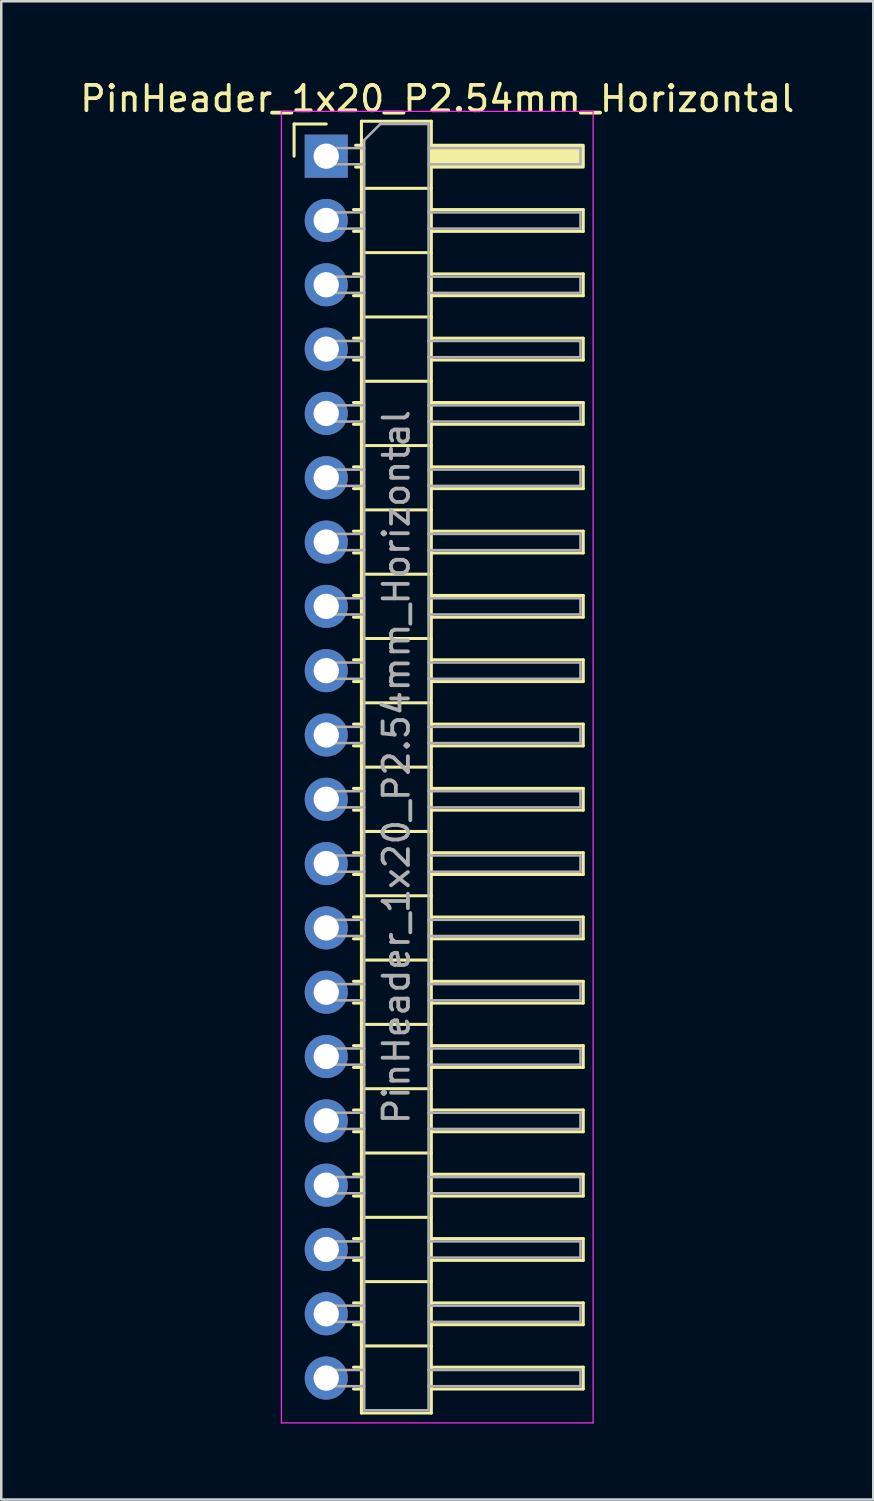
<source format=kicad_pcb>
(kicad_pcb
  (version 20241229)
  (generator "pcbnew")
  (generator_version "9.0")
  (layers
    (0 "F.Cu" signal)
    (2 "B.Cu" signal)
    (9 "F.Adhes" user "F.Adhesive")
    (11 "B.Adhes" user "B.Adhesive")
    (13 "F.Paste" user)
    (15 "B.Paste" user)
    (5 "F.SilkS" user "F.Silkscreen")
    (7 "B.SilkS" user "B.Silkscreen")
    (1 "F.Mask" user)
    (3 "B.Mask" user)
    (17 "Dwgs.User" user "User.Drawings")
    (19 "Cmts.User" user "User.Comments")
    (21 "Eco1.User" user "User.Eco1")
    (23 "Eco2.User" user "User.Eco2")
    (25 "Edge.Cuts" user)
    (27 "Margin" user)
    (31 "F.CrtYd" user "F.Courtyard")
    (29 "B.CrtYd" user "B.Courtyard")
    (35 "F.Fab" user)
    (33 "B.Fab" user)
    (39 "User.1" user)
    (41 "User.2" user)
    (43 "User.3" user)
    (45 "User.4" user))
  (footprint "PinHeader_1x20_P2.54mm_Horizontal"
    (layer "F.Cu")
    (at 9.835 3.118)
    (property "Reference" "PinHeader_1x20_P2.54mm_Horizontal" (at 4.385 -2.27 0) (layer "F.SilkS") (effects (font (size 1 1) (thickness 0.15))))
    (attr through_hole)
    (fp_line (start -1.27 -1.27) (end 0 -1.27) (stroke (width 0.12) (type solid)) (layer "F.SilkS"))
    (fp_line (start -1.27 0) (end -1.27 -1.27) (stroke (width 0.12) (type solid)) (layer "F.SilkS"))
    (fp_line (start 1.077 2.11) (end 1.39 2.11) (stroke (width 0.12) (type solid)) (layer "F.SilkS"))
    (fp_line (start 1.077 2.97) (end 1.39 2.97) (stroke (width 0.12) (type solid)) (layer "F.SilkS"))
    (fp_line (start 1.077 4.65) (end 1.39 4.65) (stroke (width 0.12) (type solid)) (layer "F.SilkS"))
    (fp_line (start 1.077 5.51) (end 1.39 5.51) (stroke (width 0.12) (type solid)) (layer "F.SilkS"))
    (fp_line (start 1.077 7.19) (end 1.39 7.19) (stroke (width 0.12) (type solid)) (layer "F.SilkS"))
    (fp_line (start 1.077 8.05) (end 1.39 8.05) (stroke (width 0.12) (type solid)) (layer "F.SilkS"))
    (fp_line (start 1.077 9.73) (end 1.39 9.73) (stroke (width 0.12) (type solid)) (layer "F.SilkS"))
    (fp_line (start 1.077 10.59) (end 1.39 10.59) (stroke (width 0.12) (type solid)) (layer "F.SilkS"))
    (fp_line (start 1.077 12.27) (end 1.39 12.27) (stroke (width 0.12) (type solid)) (layer "F.SilkS"))
    (fp_line (start 1.077 13.13) (end 1.39 13.13) (stroke (width 0.12) (type solid)) (layer "F.SilkS"))
    (fp_line (start 1.077 14.81) (end 1.39 14.81) (stroke (width 0.12) (type solid)) (layer "F.SilkS"))
    (fp_line (start 1.077 15.67) (end 1.39 15.67) (stroke (width 0.12) (type solid)) (layer "F.SilkS"))
    (fp_line (start 1.077 17.35) (end 1.39 17.35) (stroke (width 0.12) (type solid)) (layer "F.SilkS"))
    (fp_line (start 1.077 18.21) (end 1.39 18.21) (stroke (width 0.12) (type solid)) (layer "F.SilkS"))
    (fp_line (start 1.077 19.89) (end 1.39 19.89) (stroke (width 0.12) (type solid)) (layer "F.SilkS"))
    (fp_line (start 1.077 20.75) (end 1.39 20.75) (stroke (width 0.12) (type solid)) (layer "F.SilkS"))
    (fp_line (start 1.077 22.43) (end 1.39 22.43) (stroke (width 0.12) (type solid)) (layer "F.SilkS"))
    (fp_line (start 1.077 23.29) (end 1.39 23.29) (stroke (width 0.12) (type solid)) (layer "F.SilkS"))
    (fp_line (start 1.077 24.97) (end 1.39 24.97) (stroke (width 0.12) (type solid)) (layer "F.SilkS"))
    (fp_line (start 1.077 25.83) (end 1.39 25.83) (stroke (width 0.12) (type solid)) (layer "F.SilkS"))
    (fp_line (start 1.077 27.51) (end 1.39 27.51) (stroke (width 0.12) (type solid)) (layer "F.SilkS"))
    (fp_line (start 1.077 28.37) (end 1.39 28.37) (stroke (width 0.12) (type solid)) (layer "F.SilkS"))
    (fp_line (start 1.077 30.05) (end 1.39 30.05) (stroke (width 0.12) (type solid)) (layer "F.SilkS"))
    (fp_line (start 1.077 30.91) (end 1.39 30.91) (stroke (width 0.12) (type solid)) (layer "F.SilkS"))
    (fp_line (start 1.077 32.59) (end 1.39 32.59) (stroke (width 0.12) (type solid)) (layer "F.SilkS"))
    (fp_line (start 1.077 33.45) (end 1.39 33.45) (stroke (width 0.12) (type solid)) (layer "F.SilkS"))
    (fp_line (start 1.077 35.13) (end 1.39 35.13) (stroke (width 0.12) (type solid)) (layer "F.SilkS"))
    (fp_line (start 1.077 35.99) (end 1.39 35.99) (stroke (width 0.12) (type solid)) (layer "F.SilkS"))
    (fp_line (start 1.077 37.67) (end 1.39 37.67) (stroke (width 0.12) (type solid)) (layer "F.SilkS"))
    (fp_line (start 1.077 38.53) (end 1.39 38.53) (stroke (width 0.12) (type solid)) (layer "F.SilkS"))
    (fp_line (start 1.077 40.21) (end 1.39 40.21) (stroke (width 0.12) (type solid)) (layer "F.SilkS"))
    (fp_line (start 1.077 41.07) (end 1.39 41.07) (stroke (width 0.12) (type solid)) (layer "F.SilkS"))
    (fp_line (start 1.077 42.75) (end 1.39 42.75) (stroke (width 0.12) (type solid)) (layer "F.SilkS"))
    (fp_line (start 1.077 43.61) (end 1.39 43.61) (stroke (width 0.12) (type solid)) (layer "F.SilkS"))
    (fp_line (start 1.077 45.29) (end 1.39 45.29) (stroke (width 0.12) (type solid)) (layer "F.SilkS"))
    (fp_line (start 1.077 46.15) (end 1.39 46.15) (stroke (width 0.12) (type solid)) (layer "F.SilkS"))
    (fp_line (start 1.077 47.83) (end 1.39 47.83) (stroke (width 0.12) (type solid)) (layer "F.SilkS"))
    (fp_line (start 1.077 48.69) (end 1.39 48.69) (stroke (width 0.12) (type solid)) (layer "F.SilkS"))
    (fp_line (start 1.16 -0.43) (end 1.39 -0.43) (stroke (width 0.12) (type solid)) (layer "F.SilkS"))
    (fp_line (start 1.16 0.43) (end 1.39 0.43) (stroke (width 0.12) (type solid)) (layer "F.SilkS"))
    (fp_line (start 1.39 -1.38) (end 1.39 49.64) (stroke (width 0.12) (type solid)) (layer "F.SilkS"))
    (fp_line (start 1.39 1.27) (end 4.15 1.27) (stroke (width 0.12) (type solid)) (layer "F.SilkS"))
    (fp_line (start 1.39 3.81) (end 4.15 3.81) (stroke (width 0.12) (type solid)) (layer "F.SilkS"))
    (fp_line (start 1.39 6.35) (end 4.15 6.35) (stroke (width 0.12) (type solid)) (layer "F.SilkS"))
    (fp_line (start 1.39 8.89) (end 4.15 8.89) (stroke (width 0.12) (type solid)) (layer "F.SilkS"))
    (fp_line (start 1.39 11.43) (end 4.15 11.43) (stroke (width 0.12) (type solid)) (layer "F.SilkS"))
    (fp_line (start 1.39 13.97) (end 4.15 13.97) (stroke (width 0.12) (type solid)) (layer "F.SilkS"))
    (fp_line (start 1.39 16.51) (end 4.15 16.51) (stroke (width 0.12) (type solid)) (layer "F.SilkS"))
    (fp_line (start 1.39 19.05) (end 4.15 19.05) (stroke (width 0.12) (type solid)) (layer "F.SilkS"))
    (fp_line (start 1.39 21.59) (end 4.15 21.59) (stroke (width 0.12) (type solid)) (layer "F.SilkS"))
    (fp_line (start 1.39 24.13) (end 4.15 24.13) (stroke (width 0.12) (type solid)) (layer "F.SilkS"))
    (fp_line (start 1.39 26.67) (end 4.15 26.67) (stroke (width 0.12) (type solid)) (layer "F.SilkS"))
    (fp_line (start 1.39 29.21) (end 4.15 29.21) (stroke (width 0.12) (type solid)) (layer "F.SilkS"))
    (fp_line (start 1.39 31.75) (end 4.15 31.75) (stroke (width 0.12) (type solid)) (layer "F.SilkS"))
    (fp_line (start 1.39 34.29) (end 4.15 34.29) (stroke (width 0.12) (type solid)) (layer "F.SilkS"))
    (fp_line (start 1.39 36.83) (end 4.15 36.83) (stroke (width 0.12) (type solid)) (layer "F.SilkS"))
    (fp_line (start 1.39 39.37) (end 4.15 39.37) (stroke (width 0.12) (type solid)) (layer "F.SilkS"))
    (fp_line (start 1.39 41.91) (end 4.15 41.91) (stroke (width 0.12) (type solid)) (layer "F.SilkS"))
    (fp_line (start 1.39 44.45) (end 4.15 44.45) (stroke (width 0.12) (type solid)) (layer "F.SilkS"))
    (fp_line (start 1.39 46.99) (end 4.15 46.99) (stroke (width 0.12) (type solid)) (layer "F.SilkS"))
    (fp_line (start 1.39 49.64) (end 4.15 49.64) (stroke (width 0.12) (type solid)) (layer "F.SilkS"))
    (fp_line (start 4.15 -1.38) (end 1.39 -1.38) (stroke (width 0.12) (type solid)) (layer "F.SilkS"))
    (fp_line (start 4.15 2.11) (end 10.15 2.11) (stroke (width 0.12) (type solid)) (layer "F.SilkS"))
    (fp_line (start 4.15 4.65) (end 10.15 4.65) (stroke (width 0.12) (type solid)) (layer "F.SilkS"))
    (fp_line (start 4.15 7.19) (end 10.15 7.19) (stroke (width 0.12) (type solid)) (layer "F.SilkS"))
    (fp_line (start 4.15 9.73) (end 10.15 9.73) (stroke (width 0.12) (type solid)) (layer "F.SilkS"))
    (fp_line (start 4.15 12.27) (end 10.15 12.27) (stroke (width 0.12) (type solid)) (layer "F.SilkS"))
    (fp_line (start 4.15 14.81) (end 10.15 14.81) (stroke (width 0.12) (type solid)) (layer "F.SilkS"))
    (fp_line (start 4.15 17.35) (end 10.15 17.35) (stroke (width 0.12) (type solid)) (layer "F.SilkS"))
    (fp_line (start 4.15 19.89) (end 10.15 19.89) (stroke (width 0.12) (type solid)) (layer "F.SilkS"))
    (fp_line (start 4.15 22.43) (end 10.15 22.43) (stroke (width 0.12) (type solid)) (layer "F.SilkS"))
    (fp_line (start 4.15 24.97) (end 10.15 24.97) (stroke (width 0.12) (type solid)) (layer "F.SilkS"))
    (fp_line (start 4.15 27.51) (end 10.15 27.51) (stroke (width 0.12) (type solid)) (layer "F.SilkS"))
    (fp_line (start 4.15 30.05) (end 10.15 30.05) (stroke (width 0.12) (type solid)) (layer "F.SilkS"))
    (fp_line (start 4.15 32.59) (end 10.15 32.59) (stroke (width 0.12) (type solid)) (layer "F.SilkS"))
    (fp_line (start 4.15 35.13) (end 10.15 35.13) (stroke (width 0.12) (type solid)) (layer "F.SilkS"))
    (fp_line (start 4.15 37.67) (end 10.15 37.67) (stroke (width 0.12) (type solid)) (layer "F.SilkS"))
    (fp_line (start 4.15 40.21) (end 10.15 40.21) (stroke (width 0.12) (type solid)) (layer "F.SilkS"))
    (fp_line (start 4.15 42.75) (end 10.15 42.75) (stroke (width 0.12) (type solid)) (layer "F.SilkS"))
    (fp_line (start 4.15 45.29) (end 10.15 45.29) (stroke (width 0.12) (type solid)) (layer "F.SilkS"))
    (fp_line (start 4.15 47.83) (end 10.15 47.83) (stroke (width 0.12) (type solid)) (layer "F.SilkS"))
    (fp_line (start 4.15 49.64) (end 4.15 -1.38) (stroke (width 0.12) (type solid)) (layer "F.SilkS"))
    (fp_line (start 10.15 2.11) (end 10.15 2.97) (stroke (width 0.12) (type solid)) (layer "F.SilkS"))
    (fp_line (start 10.15 2.97) (end 4.15 2.97) (stroke (width 0.12) (type solid)) (layer "F.SilkS"))
    (fp_line (start 10.15 4.65) (end 10.15 5.51) (stroke (width 0.12) (type solid)) (layer "F.SilkS"))
    (fp_line (start 10.15 5.51) (end 4.15 5.51) (stroke (width 0.12) (type solid)) (layer "F.SilkS"))
    (fp_line (start 10.15 7.19) (end 10.15 8.05) (stroke (width 0.12) (type solid)) (layer "F.SilkS"))
    (fp_line (start 10.15 8.05) (end 4.15 8.05) (stroke (width 0.12) (type solid)) (layer "F.SilkS"))
    (fp_line (start 10.15 9.73) (end 10.15 10.59) (stroke (width 0.12) (type solid)) (layer "F.SilkS"))
    (fp_line (start 10.15 10.59) (end 4.15 10.59) (stroke (width 0.12) (type solid)) (layer "F.SilkS"))
    (fp_line (start 10.15 12.27) (end 10.15 13.13) (stroke (width 0.12) (type solid)) (layer "F.SilkS"))
    (fp_line (start 10.15 13.13) (end 4.15 13.13) (stroke (width 0.12) (type solid)) (layer "F.SilkS"))
    (fp_line (start 10.15 14.81) (end 10.15 15.67) (stroke (width 0.12) (type solid)) (layer "F.SilkS"))
    (fp_line (start 10.15 15.67) (end 4.15 15.67) (stroke (width 0.12) (type solid)) (layer "F.SilkS"))
    (fp_line (start 10.15 17.35) (end 10.15 18.21) (stroke (width 0.12) (type solid)) (layer "F.SilkS"))
    (fp_line (start 10.15 18.21) (end 4.15 18.21) (stroke (width 0.12) (type solid)) (layer "F.SilkS"))
    (fp_line (start 10.15 19.89) (end 10.15 20.75) (stroke (width 0.12) (type solid)) (layer "F.SilkS"))
    (fp_line (start 10.15 20.75) (end 4.15 20.75) (stroke (width 0.12) (type solid)) (layer "F.SilkS"))
    (fp_line (start 10.15 22.43) (end 10.15 23.29) (stroke (width 0.12) (type solid)) (layer "F.SilkS"))
    (fp_line (start 10.15 23.29) (end 4.15 23.29) (stroke (width 0.12) (type solid)) (layer "F.SilkS"))
    (fp_line (start 10.15 24.97) (end 10.15 25.83) (stroke (width 0.12) (type solid)) (layer "F.SilkS"))
    (fp_line (start 10.15 25.83) (end 4.15 25.83) (stroke (width 0.12) (type solid)) (layer "F.SilkS"))
    (fp_line (start 10.15 27.51) (end 10.15 28.37) (stroke (width 0.12) (type solid)) (layer "F.SilkS"))
    (fp_line (start 10.15 28.37) (end 4.15 28.37) (stroke (width 0.12) (type solid)) (layer "F.SilkS"))
    (fp_line (start 10.15 30.05) (end 10.15 30.91) (stroke (width 0.12) (type solid)) (layer "F.SilkS"))
    (fp_line (start 10.15 30.91) (end 4.15 30.91) (stroke (width 0.12) (type solid)) (layer "F.SilkS"))
    (fp_line (start 10.15 32.59) (end 10.15 33.45) (stroke (width 0.12) (type solid)) (layer "F.SilkS"))
    (fp_line (start 10.15 33.45) (end 4.15 33.45) (stroke (width 0.12) (type solid)) (layer "F.SilkS"))
    (fp_line (start 10.15 35.13) (end 10.15 35.99) (stroke (width 0.12) (type solid)) (layer "F.SilkS"))
    (fp_line (start 10.15 35.99) (end 4.15 35.99) (stroke (width 0.12) (type solid)) (layer "F.SilkS"))
    (fp_line (start 10.15 37.67) (end 10.15 38.53) (stroke (width 0.12) (type solid)) (layer "F.SilkS"))
    (fp_line (start 10.15 38.53) (end 4.15 38.53) (stroke (width 0.12) (type solid)) (layer "F.SilkS"))
    (fp_line (start 10.15 40.21) (end 10.15 41.07) (stroke (width 0.12) (type solid)) (layer "F.SilkS"))
    (fp_line (start 10.15 41.07) (end 4.15 41.07) (stroke (width 0.12) (type solid)) (layer "F.SilkS"))
    (fp_line (start 10.15 42.75) (end 10.15 43.61) (stroke (width 0.12) (type solid)) (layer "F.SilkS"))
    (fp_line (start 10.15 43.61) (end 4.15 43.61) (stroke (width 0.12) (type solid)) (layer "F.SilkS"))
    (fp_line (start 10.15 45.29) (end 10.15 46.15) (stroke (width 0.12) (type solid)) (layer "F.SilkS"))
    (fp_line (start 10.15 46.15) (end 4.15 46.15) (stroke (width 0.12) (type solid)) (layer "F.SilkS"))
    (fp_line (start 10.15 47.83) (end 10.15 48.69) (stroke (width 0.12) (type solid)) (layer "F.SilkS"))
    (fp_line (start 10.15 48.69) (end 4.15 48.69) (stroke (width 0.12) (type solid)) (layer "F.SilkS"))
    (fp_rect (start 4.15 -0.43) (end 10.15 0.43) (stroke (width 0.12) (type solid)) (fill yes) (layer "F.SilkS"))
    (fp_line (start -1.77 -1.77) (end -1.77 50.03) (stroke (width 0.05) (type solid)) (layer "F.CrtYd"))
    (fp_line (start -1.77 50.03) (end 10.54 50.03) (stroke (width 0.05) (type solid)) (layer "F.CrtYd"))
    (fp_line (start 10.54 -1.77) (end -1.77 -1.77) (stroke (width 0.05) (type solid)) (layer "F.CrtYd"))
    (fp_line (start 10.54 50.03) (end 10.54 -1.77) (stroke (width 0.05) (type solid)) (layer "F.CrtYd"))
    (fp_line (start -0.32 -0.32) (end -0.32 0.32) (stroke (width 0.1) (type solid)) (layer "F.Fab"))
    (fp_line (start -0.32 -0.32) (end 1.5 -0.32) (stroke (width 0.1) (type solid)) (layer "F.Fab"))
    (fp_line (start -0.32 0.32) (end 1.5 0.32) (stroke (width 0.1) (type solid)) (layer "F.Fab"))
    (fp_line (start -0.32 2.22) (end -0.32 2.86) (stroke (width 0.1) (type solid)) (layer "F.Fab"))
    (fp_line (start -0.32 2.22) (end 1.5 2.22) (stroke (width 0.1) (type solid)) (layer "F.Fab"))
    (fp_line (start -0.32 2.86) (end 1.5 2.86) (stroke (width 0.1) (type solid)) (layer "F.Fab"))
    (fp_line (start -0.32 4.76) (end -0.32 5.4) (stroke (width 0.1) (type solid)) (layer "F.Fab"))
    (fp_line (start -0.32 4.76) (end 1.5 4.76) (stroke (width 0.1) (type solid)) (layer "F.Fab"))
    (fp_line (start -0.32 5.4) (end 1.5 5.4) (stroke (width 0.1) (type solid)) (layer "F.Fab"))
    (fp_line (start -0.32 7.3) (end -0.32 7.94) (stroke (width 0.1) (type solid)) (layer "F.Fab"))
    (fp_line (start -0.32 7.3) (end 1.5 7.3) (stroke (width 0.1) (type solid)) (layer "F.Fab"))
    (fp_line (start -0.32 7.94) (end 1.5 7.94) (stroke (width 0.1) (type solid)) (layer "F.Fab"))
    (fp_line (start -0.32 9.84) (end -0.32 10.48) (stroke (width 0.1) (type solid)) (layer "F.Fab"))
    (fp_line (start -0.32 9.84) (end 1.5 9.84) (stroke (width 0.1) (type solid)) (layer "F.Fab"))
    (fp_line (start -0.32 10.48) (end 1.5 10.48) (stroke (width 0.1) (type solid)) (layer "F.Fab"))
    (fp_line (start -0.32 12.38) (end -0.32 13.02) (stroke (width 0.1) (type solid)) (layer "F.Fab"))
    (fp_line (start -0.32 12.38) (end 1.5 12.38) (stroke (width 0.1) (type solid)) (layer "F.Fab"))
    (fp_line (start -0.32 13.02) (end 1.5 13.02) (stroke (width 0.1) (type solid)) (layer "F.Fab"))
    (fp_line (start -0.32 14.92) (end -0.32 15.56) (stroke (width 0.1) (type solid)) (layer "F.Fab"))
    (fp_line (start -0.32 14.92) (end 1.5 14.92) (stroke (width 0.1) (type solid)) (layer "F.Fab"))
    (fp_line (start -0.32 15.56) (end 1.5 15.56) (stroke (width 0.1) (type solid)) (layer "F.Fab"))
    (fp_line (start -0.32 17.46) (end -0.32 18.1) (stroke (width 0.1) (type solid)) (layer "F.Fab"))
    (fp_line (start -0.32 17.46) (end 1.5 17.46) (stroke (width 0.1) (type solid)) (layer "F.Fab"))
    (fp_line (start -0.32 18.1) (end 1.5 18.1) (stroke (width 0.1) (type solid)) (layer "F.Fab"))
    (fp_line (start -0.32 20) (end -0.32 20.64) (stroke (width 0.1) (type solid)) (layer "F.Fab"))
    (fp_line (start -0.32 20) (end 1.5 20) (stroke (width 0.1) (type solid)) (layer "F.Fab"))
    (fp_line (start -0.32 20.64) (end 1.5 20.64) (stroke (width 0.1) (type solid)) (layer "F.Fab"))
    (fp_line (start -0.32 22.54) (end -0.32 23.18) (stroke (width 0.1) (type solid)) (layer "F.Fab"))
    (fp_line (start -0.32 22.54) (end 1.5 22.54) (stroke (width 0.1) (type solid)) (layer "F.Fab"))
    (fp_line (start -0.32 23.18) (end 1.5 23.18) (stroke (width 0.1) (type solid)) (layer "F.Fab"))
    (fp_line (start -0.32 25.08) (end -0.32 25.72) (stroke (width 0.1) (type solid)) (layer "F.Fab"))
    (fp_line (start -0.32 25.08) (end 1.5 25.08) (stroke (width 0.1) (type solid)) (layer "F.Fab"))
    (fp_line (start -0.32 25.72) (end 1.5 25.72) (stroke (width 0.1) (type solid)) (layer "F.Fab"))
    (fp_line (start -0.32 27.62) (end -0.32 28.26) (stroke (width 0.1) (type solid)) (layer "F.Fab"))
    (fp_line (start -0.32 27.62) (end 1.5 27.62) (stroke (width 0.1) (type solid)) (layer "F.Fab"))
    (fp_line (start -0.32 28.26) (end 1.5 28.26) (stroke (width 0.1) (type solid)) (layer "F.Fab"))
    (fp_line (start -0.32 30.16) (end -0.32 30.8) (stroke (width 0.1) (type solid)) (layer "F.Fab"))
    (fp_line (start -0.32 30.16) (end 1.5 30.16) (stroke (width 0.1) (type solid)) (layer "F.Fab"))
    (fp_line (start -0.32 30.8) (end 1.5 30.8) (stroke (width 0.1) (type solid)) (layer "F.Fab"))
    (fp_line (start -0.32 32.7) (end -0.32 33.34) (stroke (width 0.1) (type solid)) (layer "F.Fab"))
    (fp_line (start -0.32 32.7) (end 1.5 32.7) (stroke (width 0.1) (type solid)) (layer "F.Fab"))
    (fp_line (start -0.32 33.34) (end 1.5 33.34) (stroke (width 0.1) (type solid)) (layer "F.Fab"))
    (fp_line (start -0.32 35.24) (end -0.32 35.88) (stroke (width 0.1) (type solid)) (layer "F.Fab"))
    (fp_line (start -0.32 35.24) (end 1.5 35.24) (stroke (width 0.1) (type solid)) (layer "F.Fab"))
    (fp_line (start -0.32 35.88) (end 1.5 35.88) (stroke (width 0.1) (type solid)) (layer "F.Fab"))
    (fp_line (start -0.32 37.78) (end -0.32 38.42) (stroke (width 0.1) (type solid)) (layer "F.Fab"))
    (fp_line (start -0.32 37.78) (end 1.5 37.78) (stroke (width 0.1) (type solid)) (layer "F.Fab"))
    (fp_line (start -0.32 38.42) (end 1.5 38.42) (stroke (width 0.1) (type solid)) (layer "F.Fab"))
    (fp_line (start -0.32 40.32) (end -0.32 40.96) (stroke (width 0.1) (type solid)) (layer "F.Fab"))
    (fp_line (start -0.32 40.32) (end 1.5 40.32) (stroke (width 0.1) (type solid)) (layer "F.Fab"))
    (fp_line (start -0.32 40.96) (end 1.5 40.96) (stroke (width 0.1) (type solid)) (layer "F.Fab"))
    (fp_line (start -0.32 42.86) (end -0.32 43.5) (stroke (width 0.1) (type solid)) (layer "F.Fab"))
    (fp_line (start -0.32 42.86) (end 1.5 42.86) (stroke (width 0.1) (type solid)) (layer "F.Fab"))
    (fp_line (start -0.32 43.5) (end 1.5 43.5) (stroke (width 0.1) (type solid)) (layer "F.Fab"))
    (fp_line (start -0.32 45.4) (end -0.32 46.04) (stroke (width 0.1) (type solid)) (layer "F.Fab"))
    (fp_line (start -0.32 45.4) (end 1.5 45.4) (stroke (width 0.1) (type solid)) (layer "F.Fab"))
    (fp_line (start -0.32 46.04) (end 1.5 46.04) (stroke (width 0.1) (type solid)) (layer "F.Fab"))
    (fp_line (start -0.32 47.94) (end -0.32 48.58) (stroke (width 0.1) (type solid)) (layer "F.Fab"))
    (fp_line (start -0.32 47.94) (end 1.5 47.94) (stroke (width 0.1) (type solid)) (layer "F.Fab"))
    (fp_line (start -0.32 48.58) (end 1.5 48.58) (stroke (width 0.1) (type solid)) (layer "F.Fab"))
    (fp_line (start 1.5 -0.635) (end 2.135 -1.27) (stroke (width 0.1) (type solid)) (layer "F.Fab"))
    (fp_line (start 1.5 49.53) (end 1.5 -0.635) (stroke (width 0.1) (type solid)) (layer "F.Fab"))
    (fp_line (start 2.135 -1.27) (end 4.04 -1.27) (stroke (width 0.1) (type solid)) (layer "F.Fab"))
    (fp_line (start 4.04 -1.27) (end 4.04 49.53) (stroke (width 0.1) (type solid)) (layer "F.Fab"))
    (fp_line (start 4.04 -0.32) (end 10.04 -0.32) (stroke (width 0.1) (type solid)) (layer "F.Fab"))
    (fp_line (start 4.04 0.32) (end 10.04 0.32) (stroke (width 0.1) (type solid)) (layer "F.Fab"))
    (fp_line (start 4.04 2.22) (end 10.04 2.22) (stroke (width 0.1) (type solid)) (layer "F.Fab"))
    (fp_line (start 4.04 2.86) (end 10.04 2.86) (stroke (width 0.1) (type solid)) (layer "F.Fab"))
    (fp_line (start 4.04 4.76) (end 10.04 4.76) (stroke (width 0.1) (type solid)) (layer "F.Fab"))
    (fp_line (start 4.04 5.4) (end 10.04 5.4) (stroke (width 0.1) (type solid)) (layer "F.Fab"))
    (fp_line (start 4.04 7.3) (end 10.04 7.3) (stroke (width 0.1) (type solid)) (layer "F.Fab"))
    (fp_line (start 4.04 7.94) (end 10.04 7.94) (stroke (width 0.1) (type solid)) (layer "F.Fab"))
    (fp_line (start 4.04 9.84) (end 10.04 9.84) (stroke (width 0.1) (type solid)) (layer "F.Fab"))
    (fp_line (start 4.04 10.48) (end 10.04 10.48) (stroke (width 0.1) (type solid)) (layer "F.Fab"))
    (fp_line (start 4.04 12.38) (end 10.04 12.38) (stroke (width 0.1) (type solid)) (layer "F.Fab"))
    (fp_line (start 4.04 13.02) (end 10.04 13.02) (stroke (width 0.1) (type solid)) (layer "F.Fab"))
    (fp_line (start 4.04 14.92) (end 10.04 14.92) (stroke (width 0.1) (type solid)) (layer "F.Fab"))
    (fp_line (start 4.04 15.56) (end 10.04 15.56) (stroke (width 0.1) (type solid)) (layer "F.Fab"))
    (fp_line (start 4.04 17.46) (end 10.04 17.46) (stroke (width 0.1) (type solid)) (layer "F.Fab"))
    (fp_line (start 4.04 18.1) (end 10.04 18.1) (stroke (width 0.1) (type solid)) (layer "F.Fab"))
    (fp_line (start 4.04 20) (end 10.04 20) (stroke (width 0.1) (type solid)) (layer "F.Fab"))
    (fp_line (start 4.04 20.64) (end 10.04 20.64) (stroke (width 0.1) (type solid)) (layer "F.Fab"))
    (fp_line (start 4.04 22.54) (end 10.04 22.54) (stroke (width 0.1) (type solid)) (layer "F.Fab"))
    (fp_line (start 4.04 23.18) (end 10.04 23.18) (stroke (width 0.1) (type solid)) (layer "F.Fab"))
    (fp_line (start 4.04 25.08) (end 10.04 25.08) (stroke (width 0.1) (type solid)) (layer "F.Fab"))
    (fp_line (start 4.04 25.72) (end 10.04 25.72) (stroke (width 0.1) (type solid)) (layer "F.Fab"))
    (fp_line (start 4.04 27.62) (end 10.04 27.62) (stroke (width 0.1) (type solid)) (layer "F.Fab"))
    (fp_line (start 4.04 28.26) (end 10.04 28.26) (stroke (width 0.1) (type solid)) (layer "F.Fab"))
    (fp_line (start 4.04 30.16) (end 10.04 30.16) (stroke (width 0.1) (type solid)) (layer "F.Fab"))
    (fp_line (start 4.04 30.8) (end 10.04 30.8) (stroke (width 0.1) (type solid)) (layer "F.Fab"))
    (fp_line (start 4.04 32.7) (end 10.04 32.7) (stroke (width 0.1) (type solid)) (layer "F.Fab"))
    (fp_line (start 4.04 33.34) (end 10.04 33.34) (stroke (width 0.1) (type solid)) (layer "F.Fab"))
    (fp_line (start 4.04 35.24) (end 10.04 35.24) (stroke (width 0.1) (type solid)) (layer "F.Fab"))
    (fp_line (start 4.04 35.88) (end 10.04 35.88) (stroke (width 0.1) (type solid)) (layer "F.Fab"))
    (fp_line (start 4.04 37.78) (end 10.04 37.78) (stroke (width 0.1) (type solid)) (layer "F.Fab"))
    (fp_line (start 4.04 38.42) (end 10.04 38.42) (stroke (width 0.1) (type solid)) (layer "F.Fab"))
    (fp_line (start 4.04 40.32) (end 10.04 40.32) (stroke (width 0.1) (type solid)) (layer "F.Fab"))
    (fp_line (start 4.04 40.96) (end 10.04 40.96) (stroke (width 0.1) (type solid)) (layer "F.Fab"))
    (fp_line (start 4.04 42.86) (end 10.04 42.86) (stroke (width 0.1) (type solid)) (layer "F.Fab"))
    (fp_line (start 4.04 43.5) (end 10.04 43.5) (stroke (width 0.1) (type solid)) (layer "F.Fab"))
    (fp_line (start 4.04 45.4) (end 10.04 45.4) (stroke (width 0.1) (type solid)) (layer "F.Fab"))
    (fp_line (start 4.04 46.04) (end 10.04 46.04) (stroke (width 0.1) (type solid)) (layer "F.Fab"))
    (fp_line (start 4.04 47.94) (end 10.04 47.94) (stroke (width 0.1) (type solid)) (layer "F.Fab"))
    (fp_line (start 4.04 48.58) (end 10.04 48.58) (stroke (width 0.1) (type solid)) (layer "F.Fab"))
    (fp_line (start 4.04 49.53) (end 1.5 49.53) (stroke (width 0.1) (type solid)) (layer "F.Fab"))
    (fp_line (start 10.04 -0.32) (end 10.04 0.32) (stroke (width 0.1) (type solid)) (layer "F.Fab"))
    (fp_line (start 10.04 2.22) (end 10.04 2.86) (stroke (width 0.1) (type solid)) (layer "F.Fab"))
    (fp_line (start 10.04 4.76) (end 10.04 5.4) (stroke (width 0.1) (type solid)) (layer "F.Fab"))
    (fp_line (start 10.04 7.3) (end 10.04 7.94) (stroke (width 0.1) (type solid)) (layer "F.Fab"))
    (fp_line (start 10.04 9.84) (end 10.04 10.48) (stroke (width 0.1) (type solid)) (layer "F.Fab"))
    (fp_line (start 10.04 12.38) (end 10.04 13.02) (stroke (width 0.1) (type solid)) (layer "F.Fab"))
    (fp_line (start 10.04 14.92) (end 10.04 15.56) (stroke (width 0.1) (type solid)) (layer "F.Fab"))
    (fp_line (start 10.04 17.46) (end 10.04 18.1) (stroke (width 0.1) (type solid)) (layer "F.Fab"))
    (fp_line (start 10.04 20) (end 10.04 20.64) (stroke (width 0.1) (type solid)) (layer "F.Fab"))
    (fp_line (start 10.04 22.54) (end 10.04 23.18) (stroke (width 0.1) (type solid)) (layer "F.Fab"))
    (fp_line (start 10.04 25.08) (end 10.04 25.72) (stroke (width 0.1) (type solid)) (layer "F.Fab"))
    (fp_line (start 10.04 27.62) (end 10.04 28.26) (stroke (width 0.1) (type solid)) (layer "F.Fab"))
    (fp_line (start 10.04 30.16) (end 10.04 30.8) (stroke (width 0.1) (type solid)) (layer "F.Fab"))
    (fp_line (start 10.04 32.7) (end 10.04 33.34) (stroke (width 0.1) (type solid)) (layer "F.Fab"))
    (fp_line (start 10.04 35.24) (end 10.04 35.88) (stroke (width 0.1) (type solid)) (layer "F.Fab"))
    (fp_line (start 10.04 37.78) (end 10.04 38.42) (stroke (width 0.1) (type solid)) (layer "F.Fab"))
    (fp_line (start 10.04 40.32) (end 10.04 40.96) (stroke (width 0.1) (type solid)) (layer "F.Fab"))
    (fp_line (start 10.04 42.86) (end 10.04 43.5) (stroke (width 0.1) (type solid)) (layer "F.Fab"))
    (fp_line (start 10.04 45.4) (end 10.04 46.04) (stroke (width 0.1) (type solid)) (layer "F.Fab"))
    (fp_line (start 10.04 47.94) (end 10.04 48.58) (stroke (width 0.1) (type solid)) (layer "F.Fab"))
    (fp_text user "${REFERENCE}" (at 2.77 24.13 90) (layer "F.Fab") (effects (font (size 1 1) (thickness 0.15))))
    (pad "1" thru_hole rect (at 0 0) (size 1.7 1.7) (drill 1) (layers "*.Cu" "*.Mask"))
    (pad "2" thru_hole circle (at 0 2.54) (size 1.7 1.7) (drill 1) (layers "*.Cu" "*.Mask"))
    (pad "3" thru_hole circle (at 0 5.08) (size 1.7 1.7) (drill 1) (layers "*.Cu" "*.Mask"))
    (pad "4" thru_hole circle (at 0 7.62) (size 1.7 1.7) (drill 1) (layers "*.Cu" "*.Mask"))
    (pad "5" thru_hole circle (at 0 10.16) (size 1.7 1.7) (drill 1) (layers "*.Cu" "*.Mask"))
    (pad "6" thru_hole circle (at 0 12.7) (size 1.7 1.7) (drill 1) (layers "*.Cu" "*.Mask"))
    (pad "7" thru_hole circle (at 0 15.24) (size 1.7 1.7) (drill 1) (layers "*.Cu" "*.Mask"))
    (pad "8" thru_hole circle (at 0 17.78) (size 1.7 1.7) (drill 1) (layers "*.Cu" "*.Mask"))
    (pad "9" thru_hole circle (at 0 20.32) (size 1.7 1.7) (drill 1) (layers "*.Cu" "*.Mask"))
    (pad "10" thru_hole circle (at 0 22.86) (size 1.7 1.7) (drill 1) (layers "*.Cu" "*.Mask"))
    (pad "11" thru_hole circle (at 0 25.4) (size 1.7 1.7) (drill 1) (layers "*.Cu" "*.Mask"))
    (pad "12" thru_hole circle (at 0 27.94) (size 1.7 1.7) (drill 1) (layers "*.Cu" "*.Mask"))
    (pad "13" thru_hole circle (at 0 30.48) (size 1.7 1.7) (drill 1) (layers "*.Cu" "*.Mask"))
    (pad "14" thru_hole circle (at 0 33.02) (size 1.7 1.7) (drill 1) (layers "*.Cu" "*.Mask"))
    (pad "15" thru_hole circle (at 0 35.56) (size 1.7 1.7) (drill 1) (layers "*.Cu" "*.Mask"))
    (pad "16" thru_hole circle (at 0 38.1) (size 1.7 1.7) (drill 1) (layers "*.Cu" "*.Mask"))
    (pad "17" thru_hole circle (at 0 40.64) (size 1.7 1.7) (drill 1) (layers "*.Cu" "*.Mask"))
    (pad "18" thru_hole circle (at 0 43.18) (size 1.7 1.7) (drill 1) (layers "*.Cu" "*.Mask"))
    (pad "19" thru_hole circle (at 0 45.72) (size 1.7 1.7) (drill 1) (layers "*.Cu" "*.Mask"))
    (pad "20" thru_hole circle (at 0 48.26) (size 1.7 1.7) (drill 1) (layers "*.Cu" "*.Mask")))
  (gr_rect
    (start -3 -3)
    (end 31.44 56.173)
    (stroke (width 0.1) (type default))
    (fill no)
    (layer "Edge.Cuts")))
</source>
